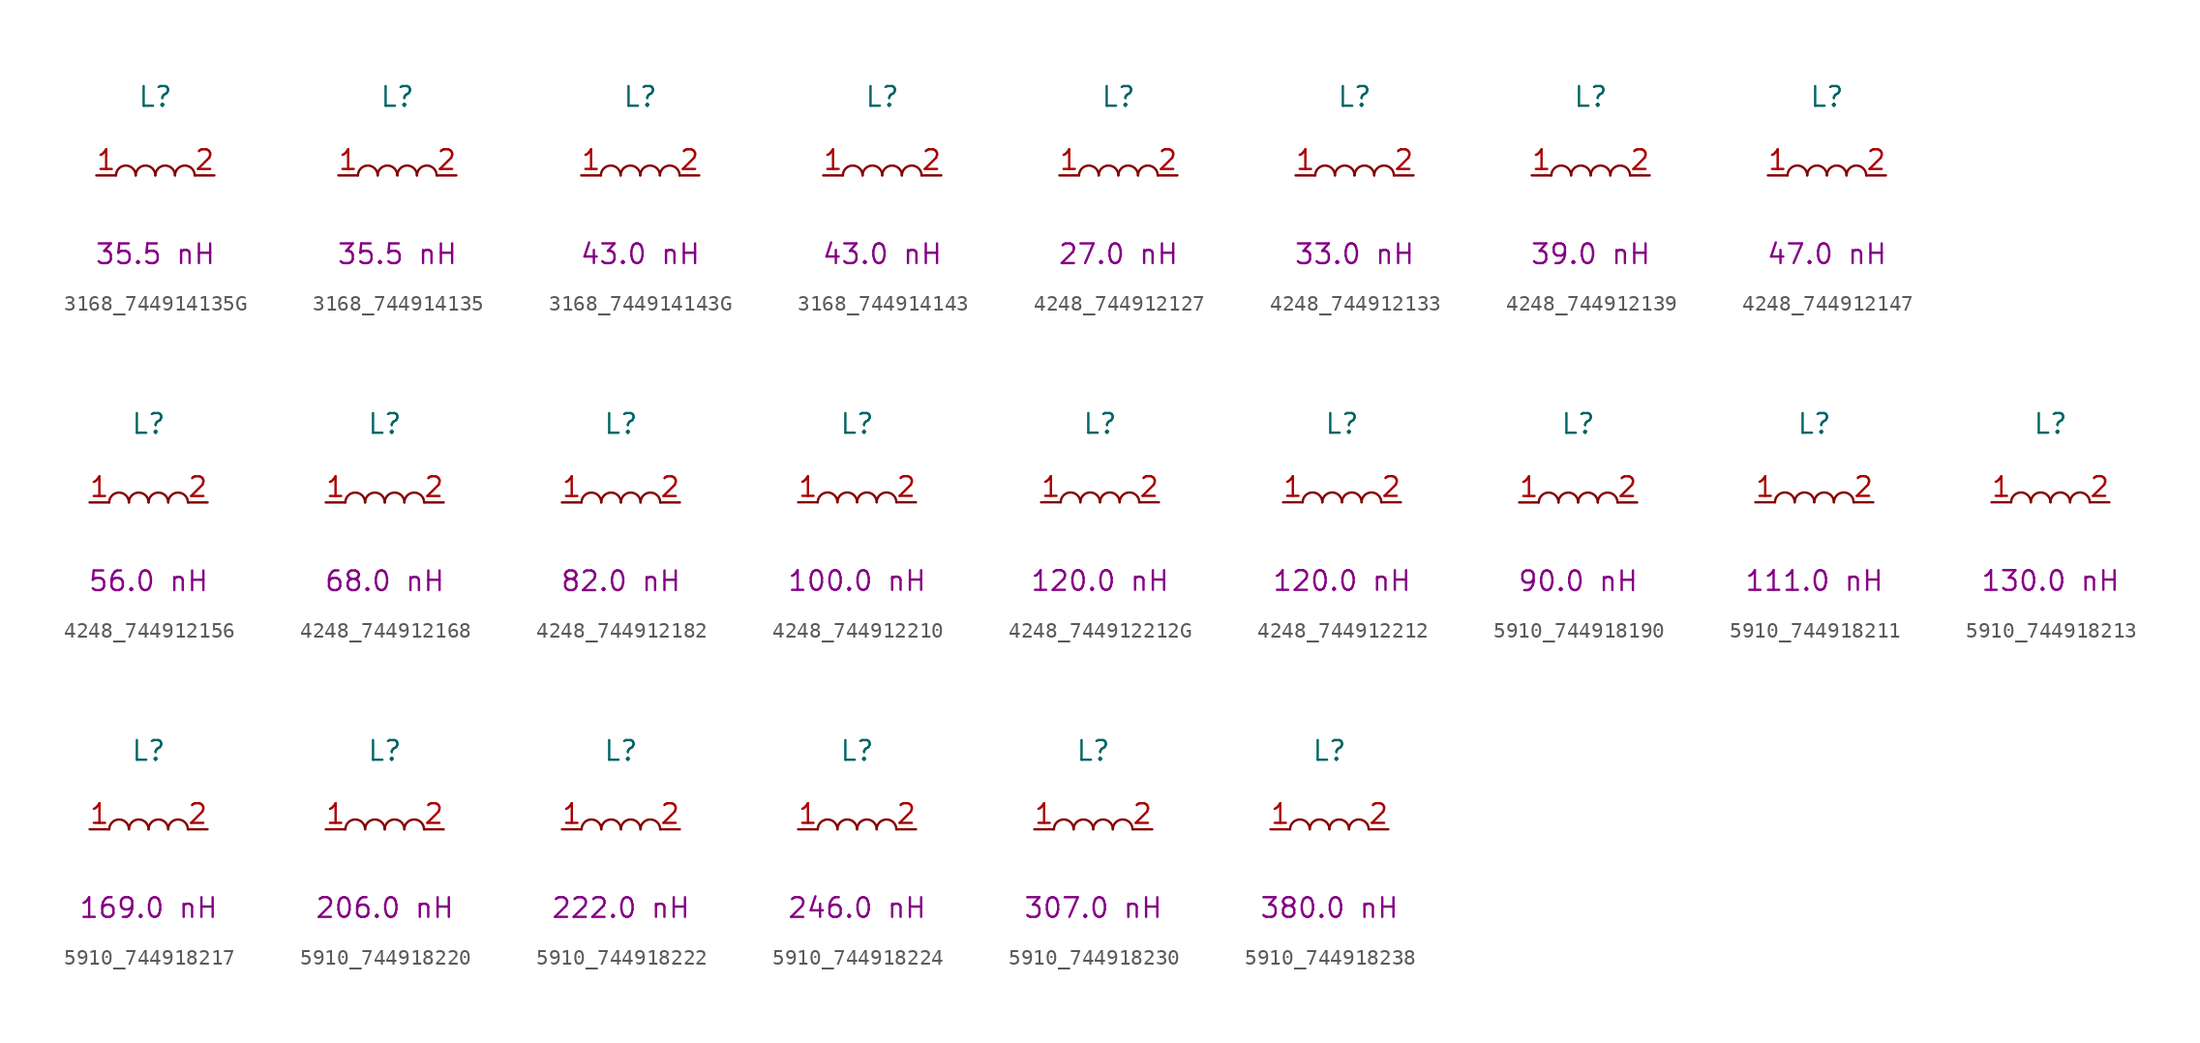
<source format=kicad_sym>
(kicad_symbol_lib
  (version 20220914)
  (generator kicad_symbol_editor)
  (symbol "3168_744914135G"
    (pin_names hide)
    (property "Reference" "L"
      (at 0 5.08 0)
      (effects (font (size 1.27 1.27))))
    (property "Critical Parameter" "35.5 nH"
      (at 0 -5.08 0)
      (effects (font (size 1.27 1.27))))
    (symbol "3168_744914135G_0_1"
      (arc (start -1.27 0) (mid -1.905 0.6323) (end -2.54 0) (stroke (width 0) (type default)) (fill (type none)))
      (arc (start 0 0) (mid -0.635 0.6323) (end -1.27 0) (stroke (width 0) (type default)) (fill (type none)))
      (arc (start 1.27 0) (mid 0.635 0.6323) (end 0 0) (stroke (width 0) (type default)) (fill (type none)))
      (arc (start 2.54 0) (mid 1.905 0.6323) (end 1.27 0) (stroke (width 0) (type default)) (fill (type none))))
    (symbol "3168_744914135G_1_1"
      (pin passive line (at -3.81 0 0) (length 1.27) (name "1" (effects (font (size 1.27 1.27)))) (number "1" (effects (font (size 1.27 1.27)))))
      (pin passive line (at 3.81 0 180) (length 1.27) (name "2" (effects (font (size 1.27 1.27)))) (number "2" (effects (font (size 1.27 1.27)))))))
  (symbol "3168_744914135"
    (pin_names hide)
    (property "Reference" "L"
      (at 0 5.08 0)
      (effects (font (size 1.27 1.27))))
    (property "Critical Parameter" "35.5 nH"
      (at 0 -5.08 0)
      (effects (font (size 1.27 1.27))))
    (symbol "3168_744914135_0_1"
      (arc (start -1.27 0) (mid -1.905 0.6323) (end -2.54 0) (stroke (width 0) (type default)) (fill (type none)))
      (arc (start 0 0) (mid -0.635 0.6323) (end -1.27 0) (stroke (width 0) (type default)) (fill (type none)))
      (arc (start 1.27 0) (mid 0.635 0.6323) (end 0 0) (stroke (width 0) (type default)) (fill (type none)))
      (arc (start 2.54 0) (mid 1.905 0.6323) (end 1.27 0) (stroke (width 0) (type default)) (fill (type none))))
    (symbol "3168_744914135_1_1"
      (pin passive line (at -3.81 0 0) (length 1.27) (name "1" (effects (font (size 1.27 1.27)))) (number "1" (effects (font (size 1.27 1.27)))))
      (pin passive line (at 3.81 0 180) (length 1.27) (name "2" (effects (font (size 1.27 1.27)))) (number "2" (effects (font (size 1.27 1.27)))))))
  (symbol "3168_744914143G"
    (pin_names hide)
    (property "Reference" "L"
      (at 0 5.08 0)
      (effects (font (size 1.27 1.27))))
    (property "Critical Parameter" "43.0 nH"
      (at 0 -5.08 0)
      (effects (font (size 1.27 1.27))))
    (symbol "3168_744914143G_0_1"
      (arc (start -1.27 0) (mid -1.905 0.6323) (end -2.54 0) (stroke (width 0) (type default)) (fill (type none)))
      (arc (start 0 0) (mid -0.635 0.6323) (end -1.27 0) (stroke (width 0) (type default)) (fill (type none)))
      (arc (start 1.27 0) (mid 0.635 0.6323) (end 0 0) (stroke (width 0) (type default)) (fill (type none)))
      (arc (start 2.54 0) (mid 1.905 0.6323) (end 1.27 0) (stroke (width 0) (type default)) (fill (type none))))
    (symbol "3168_744914143G_1_1"
      (pin passive line (at -3.81 0 0) (length 1.27) (name "1" (effects (font (size 1.27 1.27)))) (number "1" (effects (font (size 1.27 1.27)))))
      (pin passive line (at 3.81 0 180) (length 1.27) (name "2" (effects (font (size 1.27 1.27)))) (number "2" (effects (font (size 1.27 1.27)))))))
  (symbol "3168_744914143"
    (pin_names hide)
    (property "Reference" "L"
      (at 0 5.08 0)
      (effects (font (size 1.27 1.27))))
    (property "Critical Parameter" "43.0 nH"
      (at 0 -5.08 0)
      (effects (font (size 1.27 1.27))))
    (symbol "3168_744914143_0_1"
      (arc (start -1.27 0) (mid -1.905 0.6323) (end -2.54 0) (stroke (width 0) (type default)) (fill (type none)))
      (arc (start 0 0) (mid -0.635 0.6323) (end -1.27 0) (stroke (width 0) (type default)) (fill (type none)))
      (arc (start 1.27 0) (mid 0.635 0.6323) (end 0 0) (stroke (width 0) (type default)) (fill (type none)))
      (arc (start 2.54 0) (mid 1.905 0.6323) (end 1.27 0) (stroke (width 0) (type default)) (fill (type none))))
    (symbol "3168_744914143_1_1"
      (pin passive line (at -3.81 0 0) (length 1.27) (name "1" (effects (font (size 1.27 1.27)))) (number "1" (effects (font (size 1.27 1.27)))))
      (pin passive line (at 3.81 0 180) (length 1.27) (name "2" (effects (font (size 1.27 1.27)))) (number "2" (effects (font (size 1.27 1.27)))))))
  (symbol "4248_744912127"
    (pin_names hide)
    (property "Reference" "L"
      (at 0 5.08 0)
      (effects (font (size 1.27 1.27))))
    (property "Critical Parameter" "27.0 nH"
      (at 0 -5.08 0)
      (effects (font (size 1.27 1.27))))
    (symbol "4248_744912127_0_1"
      (arc (start -1.27 0) (mid -1.905 0.6323) (end -2.54 0) (stroke (width 0) (type default)) (fill (type none)))
      (arc (start 0 0) (mid -0.635 0.6323) (end -1.27 0) (stroke (width 0) (type default)) (fill (type none)))
      (arc (start 1.27 0) (mid 0.635 0.6323) (end 0 0) (stroke (width 0) (type default)) (fill (type none)))
      (arc (start 2.54 0) (mid 1.905 0.6323) (end 1.27 0) (stroke (width 0) (type default)) (fill (type none))))
    (symbol "4248_744912127_1_1"
      (pin passive line (at -3.81 0 0) (length 1.27) (name "1" (effects (font (size 1.27 1.27)))) (number "1" (effects (font (size 1.27 1.27)))))
      (pin passive line (at 3.81 0 180) (length 1.27) (name "2" (effects (font (size 1.27 1.27)))) (number "2" (effects (font (size 1.27 1.27)))))))
  (symbol "4248_744912133"
    (pin_names hide)
    (property "Reference" "L"
      (at 0 5.08 0)
      (effects (font (size 1.27 1.27))))
    (property "Critical Parameter" "33.0 nH"
      (at 0 -5.08 0)
      (effects (font (size 1.27 1.27))))
    (symbol "4248_744912133_0_1"
      (arc (start -1.27 0) (mid -1.905 0.6323) (end -2.54 0) (stroke (width 0) (type default)) (fill (type none)))
      (arc (start 0 0) (mid -0.635 0.6323) (end -1.27 0) (stroke (width 0) (type default)) (fill (type none)))
      (arc (start 1.27 0) (mid 0.635 0.6323) (end 0 0) (stroke (width 0) (type default)) (fill (type none)))
      (arc (start 2.54 0) (mid 1.905 0.6323) (end 1.27 0) (stroke (width 0) (type default)) (fill (type none))))
    (symbol "4248_744912133_1_1"
      (pin passive line (at -3.81 0 0) (length 1.27) (name "1" (effects (font (size 1.27 1.27)))) (number "1" (effects (font (size 1.27 1.27)))))
      (pin passive line (at 3.81 0 180) (length 1.27) (name "2" (effects (font (size 1.27 1.27)))) (number "2" (effects (font (size 1.27 1.27)))))))
  (symbol "4248_744912139"
    (pin_names hide)
    (property "Reference" "L"
      (at 0 5.08 0)
      (effects (font (size 1.27 1.27))))
    (property "Critical Parameter" "39.0 nH"
      (at 0 -5.08 0)
      (effects (font (size 1.27 1.27))))
    (symbol "4248_744912139_0_1"
      (arc (start -1.27 0) (mid -1.905 0.6323) (end -2.54 0) (stroke (width 0) (type default)) (fill (type none)))
      (arc (start 0 0) (mid -0.635 0.6323) (end -1.27 0) (stroke (width 0) (type default)) (fill (type none)))
      (arc (start 1.27 0) (mid 0.635 0.6323) (end 0 0) (stroke (width 0) (type default)) (fill (type none)))
      (arc (start 2.54 0) (mid 1.905 0.6323) (end 1.27 0) (stroke (width 0) (type default)) (fill (type none))))
    (symbol "4248_744912139_1_1"
      (pin passive line (at -3.81 0 0) (length 1.27) (name "1" (effects (font (size 1.27 1.27)))) (number "1" (effects (font (size 1.27 1.27)))))
      (pin passive line (at 3.81 0 180) (length 1.27) (name "2" (effects (font (size 1.27 1.27)))) (number "2" (effects (font (size 1.27 1.27)))))))
  (symbol "4248_744912147"
    (pin_names hide)
    (property "Reference" "L"
      (at 0 5.08 0)
      (effects (font (size 1.27 1.27))))
    (property "Critical Parameter" "47.0 nH"
      (at 0 -5.08 0)
      (effects (font (size 1.27 1.27))))
    (symbol "4248_744912147_0_1"
      (arc (start -1.27 0) (mid -1.905 0.6323) (end -2.54 0) (stroke (width 0) (type default)) (fill (type none)))
      (arc (start 0 0) (mid -0.635 0.6323) (end -1.27 0) (stroke (width 0) (type default)) (fill (type none)))
      (arc (start 1.27 0) (mid 0.635 0.6323) (end 0 0) (stroke (width 0) (type default)) (fill (type none)))
      (arc (start 2.54 0) (mid 1.905 0.6323) (end 1.27 0) (stroke (width 0) (type default)) (fill (type none))))
    (symbol "4248_744912147_1_1"
      (pin passive line (at -3.81 0 0) (length 1.27) (name "1" (effects (font (size 1.27 1.27)))) (number "1" (effects (font (size 1.27 1.27)))))
      (pin passive line (at 3.81 0 180) (length 1.27) (name "2" (effects (font (size 1.27 1.27)))) (number "2" (effects (font (size 1.27 1.27)))))))
  (symbol "4248_744912156"
    (pin_names hide)
    (property "Reference" "L"
      (at 0 5.08 0)
      (effects (font (size 1.27 1.27))))
    (property "Critical Parameter" "56.0 nH"
      (at 0 -5.08 0)
      (effects (font (size 1.27 1.27))))
    (symbol "4248_744912156_0_1"
      (arc (start -1.27 0) (mid -1.905 0.6323) (end -2.54 0) (stroke (width 0) (type default)) (fill (type none)))
      (arc (start 0 0) (mid -0.635 0.6323) (end -1.27 0) (stroke (width 0) (type default)) (fill (type none)))
      (arc (start 1.27 0) (mid 0.635 0.6323) (end 0 0) (stroke (width 0) (type default)) (fill (type none)))
      (arc (start 2.54 0) (mid 1.905 0.6323) (end 1.27 0) (stroke (width 0) (type default)) (fill (type none))))
    (symbol "4248_744912156_1_1"
      (pin passive line (at -3.81 0 0) (length 1.27) (name "1" (effects (font (size 1.27 1.27)))) (number "1" (effects (font (size 1.27 1.27)))))
      (pin passive line (at 3.81 0 180) (length 1.27) (name "2" (effects (font (size 1.27 1.27)))) (number "2" (effects (font (size 1.27 1.27)))))))
  (symbol "4248_744912168"
    (pin_names hide)
    (property "Reference" "L"
      (at 0 5.08 0)
      (effects (font (size 1.27 1.27))))
    (property "Critical Parameter" "68.0 nH"
      (at 0 -5.08 0)
      (effects (font (size 1.27 1.27))))
    (symbol "4248_744912168_0_1"
      (arc (start -1.27 0) (mid -1.905 0.6323) (end -2.54 0) (stroke (width 0) (type default)) (fill (type none)))
      (arc (start 0 0) (mid -0.635 0.6323) (end -1.27 0) (stroke (width 0) (type default)) (fill (type none)))
      (arc (start 1.27 0) (mid 0.635 0.6323) (end 0 0) (stroke (width 0) (type default)) (fill (type none)))
      (arc (start 2.54 0) (mid 1.905 0.6323) (end 1.27 0) (stroke (width 0) (type default)) (fill (type none))))
    (symbol "4248_744912168_1_1"
      (pin passive line (at -3.81 0 0) (length 1.27) (name "1" (effects (font (size 1.27 1.27)))) (number "1" (effects (font (size 1.27 1.27)))))
      (pin passive line (at 3.81 0 180) (length 1.27) (name "2" (effects (font (size 1.27 1.27)))) (number "2" (effects (font (size 1.27 1.27)))))))
  (symbol "4248_744912182"
    (pin_names hide)
    (property "Reference" "L"
      (at 0 5.08 0)
      (effects (font (size 1.27 1.27))))
    (property "Critical Parameter" "82.0 nH"
      (at 0 -5.08 0)
      (effects (font (size 1.27 1.27))))
    (symbol "4248_744912182_0_1"
      (arc (start -1.27 0) (mid -1.905 0.6323) (end -2.54 0) (stroke (width 0) (type default)) (fill (type none)))
      (arc (start 0 0) (mid -0.635 0.6323) (end -1.27 0) (stroke (width 0) (type default)) (fill (type none)))
      (arc (start 1.27 0) (mid 0.635 0.6323) (end 0 0) (stroke (width 0) (type default)) (fill (type none)))
      (arc (start 2.54 0) (mid 1.905 0.6323) (end 1.27 0) (stroke (width 0) (type default)) (fill (type none))))
    (symbol "4248_744912182_1_1"
      (pin passive line (at -3.81 0 0) (length 1.27) (name "1" (effects (font (size 1.27 1.27)))) (number "1" (effects (font (size 1.27 1.27)))))
      (pin passive line (at 3.81 0 180) (length 1.27) (name "2" (effects (font (size 1.27 1.27)))) (number "2" (effects (font (size 1.27 1.27)))))))
  (symbol "4248_744912210"
    (pin_names hide)
    (property "Reference" "L"
      (at 0 5.08 0)
      (effects (font (size 1.27 1.27))))
    (property "Critical Parameter" "100.0 nH"
      (at 0 -5.08 0)
      (effects (font (size 1.27 1.27))))
    (symbol "4248_744912210_0_1"
      (arc (start -1.27 0) (mid -1.905 0.6323) (end -2.54 0) (stroke (width 0) (type default)) (fill (type none)))
      (arc (start 0 0) (mid -0.635 0.6323) (end -1.27 0) (stroke (width 0) (type default)) (fill (type none)))
      (arc (start 1.27 0) (mid 0.635 0.6323) (end 0 0) (stroke (width 0) (type default)) (fill (type none)))
      (arc (start 2.54 0) (mid 1.905 0.6323) (end 1.27 0) (stroke (width 0) (type default)) (fill (type none))))
    (symbol "4248_744912210_1_1"
      (pin passive line (at -3.81 0 0) (length 1.27) (name "1" (effects (font (size 1.27 1.27)))) (number "1" (effects (font (size 1.27 1.27)))))
      (pin passive line (at 3.81 0 180) (length 1.27) (name "2" (effects (font (size 1.27 1.27)))) (number "2" (effects (font (size 1.27 1.27)))))))
  (symbol "4248_744912212G"
    (pin_names hide)
    (property "Reference" "L"
      (at 0 5.08 0)
      (effects (font (size 1.27 1.27))))
    (property "Critical Parameter" "120.0 nH"
      (at 0 -5.08 0)
      (effects (font (size 1.27 1.27))))
    (symbol "4248_744912212G_0_1"
      (arc (start -1.27 0) (mid -1.905 0.6323) (end -2.54 0) (stroke (width 0) (type default)) (fill (type none)))
      (arc (start 0 0) (mid -0.635 0.6323) (end -1.27 0) (stroke (width 0) (type default)) (fill (type none)))
      (arc (start 1.27 0) (mid 0.635 0.6323) (end 0 0) (stroke (width 0) (type default)) (fill (type none)))
      (arc (start 2.54 0) (mid 1.905 0.6323) (end 1.27 0) (stroke (width 0) (type default)) (fill (type none))))
    (symbol "4248_744912212G_1_1"
      (pin passive line (at -3.81 0 0) (length 1.27) (name "1" (effects (font (size 1.27 1.27)))) (number "1" (effects (font (size 1.27 1.27)))))
      (pin passive line (at 3.81 0 180) (length 1.27) (name "2" (effects (font (size 1.27 1.27)))) (number "2" (effects (font (size 1.27 1.27)))))))
  (symbol "4248_744912212"
    (pin_names hide)
    (property "Reference" "L"
      (at 0 5.08 0)
      (effects (font (size 1.27 1.27))))
    (property "Critical Parameter" "120.0 nH"
      (at 0 -5.08 0)
      (effects (font (size 1.27 1.27))))
    (symbol "4248_744912212_0_1"
      (arc (start -1.27 0) (mid -1.905 0.6323) (end -2.54 0) (stroke (width 0) (type default)) (fill (type none)))
      (arc (start 0 0) (mid -0.635 0.6323) (end -1.27 0) (stroke (width 0) (type default)) (fill (type none)))
      (arc (start 1.27 0) (mid 0.635 0.6323) (end 0 0) (stroke (width 0) (type default)) (fill (type none)))
      (arc (start 2.54 0) (mid 1.905 0.6323) (end 1.27 0) (stroke (width 0) (type default)) (fill (type none))))
    (symbol "4248_744912212_1_1"
      (pin passive line (at -3.81 0 0) (length 1.27) (name "1" (effects (font (size 1.27 1.27)))) (number "1" (effects (font (size 1.27 1.27)))))
      (pin passive line (at 3.81 0 180) (length 1.27) (name "2" (effects (font (size 1.27 1.27)))) (number "2" (effects (font (size 1.27 1.27)))))))
  (symbol "5910_744918190"
    (pin_names hide)
    (property "Reference" "L"
      (at 0 5.08 0)
      (effects (font (size 1.27 1.27))))
    (property "Critical Parameter" "90.0 nH"
      (at 0 -5.08 0)
      (effects (font (size 1.27 1.27))))
    (symbol "5910_744918190_0_1"
      (arc (start -1.27 0) (mid -1.905 0.6323) (end -2.54 0) (stroke (width 0) (type default)) (fill (type none)))
      (arc (start 0 0) (mid -0.635 0.6323) (end -1.27 0) (stroke (width 0) (type default)) (fill (type none)))
      (arc (start 1.27 0) (mid 0.635 0.6323) (end 0 0) (stroke (width 0) (type default)) (fill (type none)))
      (arc (start 2.54 0) (mid 1.905 0.6323) (end 1.27 0) (stroke (width 0) (type default)) (fill (type none))))
    (symbol "5910_744918190_1_1"
      (pin passive line (at -3.81 0 0) (length 1.27) (name "1" (effects (font (size 1.27 1.27)))) (number "1" (effects (font (size 1.27 1.27)))))
      (pin passive line (at 3.81 0 180) (length 1.27) (name "2" (effects (font (size 1.27 1.27)))) (number "2" (effects (font (size 1.27 1.27)))))))
  (symbol "5910_744918211"
    (pin_names hide)
    (property "Reference" "L"
      (at 0 5.08 0)
      (effects (font (size 1.27 1.27))))
    (property "Critical Parameter" "111.0 nH"
      (at 0 -5.08 0)
      (effects (font (size 1.27 1.27))))
    (symbol "5910_744918211_0_1"
      (arc (start -1.27 0) (mid -1.905 0.6323) (end -2.54 0) (stroke (width 0) (type default)) (fill (type none)))
      (arc (start 0 0) (mid -0.635 0.6323) (end -1.27 0) (stroke (width 0) (type default)) (fill (type none)))
      (arc (start 1.27 0) (mid 0.635 0.6323) (end 0 0) (stroke (width 0) (type default)) (fill (type none)))
      (arc (start 2.54 0) (mid 1.905 0.6323) (end 1.27 0) (stroke (width 0) (type default)) (fill (type none))))
    (symbol "5910_744918211_1_1"
      (pin passive line (at -3.81 0 0) (length 1.27) (name "1" (effects (font (size 1.27 1.27)))) (number "1" (effects (font (size 1.27 1.27)))))
      (pin passive line (at 3.81 0 180) (length 1.27) (name "2" (effects (font (size 1.27 1.27)))) (number "2" (effects (font (size 1.27 1.27)))))))
  (symbol "5910_744918213"
    (pin_names hide)
    (property "Reference" "L"
      (at 0 5.08 0)
      (effects (font (size 1.27 1.27))))
    (property "Critical Parameter" "130.0 nH"
      (at 0 -5.08 0)
      (effects (font (size 1.27 1.27))))
    (symbol "5910_744918213_0_1"
      (arc (start -1.27 0) (mid -1.905 0.6323) (end -2.54 0) (stroke (width 0) (type default)) (fill (type none)))
      (arc (start 0 0) (mid -0.635 0.6323) (end -1.27 0) (stroke (width 0) (type default)) (fill (type none)))
      (arc (start 1.27 0) (mid 0.635 0.6323) (end 0 0) (stroke (width 0) (type default)) (fill (type none)))
      (arc (start 2.54 0) (mid 1.905 0.6323) (end 1.27 0) (stroke (width 0) (type default)) (fill (type none))))
    (symbol "5910_744918213_1_1"
      (pin passive line (at -3.81 0 0) (length 1.27) (name "1" (effects (font (size 1.27 1.27)))) (number "1" (effects (font (size 1.27 1.27)))))
      (pin passive line (at 3.81 0 180) (length 1.27) (name "2" (effects (font (size 1.27 1.27)))) (number "2" (effects (font (size 1.27 1.27)))))))
  (symbol "5910_744918217"
    (pin_names hide)
    (property "Reference" "L"
      (at 0 5.08 0)
      (effects (font (size 1.27 1.27))))
    (property "Critical Parameter" "169.0 nH"
      (at 0 -5.08 0)
      (effects (font (size 1.27 1.27))))
    (symbol "5910_744918217_0_1"
      (arc (start -1.27 0) (mid -1.905 0.6323) (end -2.54 0) (stroke (width 0) (type default)) (fill (type none)))
      (arc (start 0 0) (mid -0.635 0.6323) (end -1.27 0) (stroke (width 0) (type default)) (fill (type none)))
      (arc (start 1.27 0) (mid 0.635 0.6323) (end 0 0) (stroke (width 0) (type default)) (fill (type none)))
      (arc (start 2.54 0) (mid 1.905 0.6323) (end 1.27 0) (stroke (width 0) (type default)) (fill (type none))))
    (symbol "5910_744918217_1_1"
      (pin passive line (at -3.81 0 0) (length 1.27) (name "1" (effects (font (size 1.27 1.27)))) (number "1" (effects (font (size 1.27 1.27)))))
      (pin passive line (at 3.81 0 180) (length 1.27) (name "2" (effects (font (size 1.27 1.27)))) (number "2" (effects (font (size 1.27 1.27)))))))
  (symbol "5910_744918220"
    (pin_names hide)
    (property "Reference" "L"
      (at 0 5.08 0)
      (effects (font (size 1.27 1.27))))
    (property "Critical Parameter" "206.0 nH"
      (at 0 -5.08 0)
      (effects (font (size 1.27 1.27))))
    (symbol "5910_744918220_0_1"
      (arc (start -1.27 0) (mid -1.905 0.6323) (end -2.54 0) (stroke (width 0) (type default)) (fill (type none)))
      (arc (start 0 0) (mid -0.635 0.6323) (end -1.27 0) (stroke (width 0) (type default)) (fill (type none)))
      (arc (start 1.27 0) (mid 0.635 0.6323) (end 0 0) (stroke (width 0) (type default)) (fill (type none)))
      (arc (start 2.54 0) (mid 1.905 0.6323) (end 1.27 0) (stroke (width 0) (type default)) (fill (type none))))
    (symbol "5910_744918220_1_1"
      (pin passive line (at -3.81 0 0) (length 1.27) (name "1" (effects (font (size 1.27 1.27)))) (number "1" (effects (font (size 1.27 1.27)))))
      (pin passive line (at 3.81 0 180) (length 1.27) (name "2" (effects (font (size 1.27 1.27)))) (number "2" (effects (font (size 1.27 1.27)))))))
  (symbol "5910_744918222"
    (pin_names hide)
    (property "Reference" "L"
      (at 0 5.08 0)
      (effects (font (size 1.27 1.27))))
    (property "Critical Parameter" "222.0 nH"
      (at 0 -5.08 0)
      (effects (font (size 1.27 1.27))))
    (symbol "5910_744918222_0_1"
      (arc (start -1.27 0) (mid -1.905 0.6323) (end -2.54 0) (stroke (width 0) (type default)) (fill (type none)))
      (arc (start 0 0) (mid -0.635 0.6323) (end -1.27 0) (stroke (width 0) (type default)) (fill (type none)))
      (arc (start 1.27 0) (mid 0.635 0.6323) (end 0 0) (stroke (width 0) (type default)) (fill (type none)))
      (arc (start 2.54 0) (mid 1.905 0.6323) (end 1.27 0) (stroke (width 0) (type default)) (fill (type none))))
    (symbol "5910_744918222_1_1"
      (pin passive line (at -3.81 0 0) (length 1.27) (name "1" (effects (font (size 1.27 1.27)))) (number "1" (effects (font (size 1.27 1.27)))))
      (pin passive line (at 3.81 0 180) (length 1.27) (name "2" (effects (font (size 1.27 1.27)))) (number "2" (effects (font (size 1.27 1.27)))))))
  (symbol "5910_744918224"
    (pin_names hide)
    (property "Reference" "L"
      (at 0 5.08 0)
      (effects (font (size 1.27 1.27))))
    (property "Critical Parameter" "246.0 nH"
      (at 0 -5.08 0)
      (effects (font (size 1.27 1.27))))
    (symbol "5910_744918224_0_1"
      (arc (start -1.27 0) (mid -1.905 0.6323) (end -2.54 0) (stroke (width 0) (type default)) (fill (type none)))
      (arc (start 0 0) (mid -0.635 0.6323) (end -1.27 0) (stroke (width 0) (type default)) (fill (type none)))
      (arc (start 1.27 0) (mid 0.635 0.6323) (end 0 0) (stroke (width 0) (type default)) (fill (type none)))
      (arc (start 2.54 0) (mid 1.905 0.6323) (end 1.27 0) (stroke (width 0) (type default)) (fill (type none))))
    (symbol "5910_744918224_1_1"
      (pin passive line (at -3.81 0 0) (length 1.27) (name "1" (effects (font (size 1.27 1.27)))) (number "1" (effects (font (size 1.27 1.27)))))
      (pin passive line (at 3.81 0 180) (length 1.27) (name "2" (effects (font (size 1.27 1.27)))) (number "2" (effects (font (size 1.27 1.27)))))))
  (symbol "5910_744918230"
    (pin_names hide)
    (property "Reference" "L"
      (at 0 5.08 0)
      (effects (font (size 1.27 1.27))))
    (property "Critical Parameter" "307.0 nH"
      (at 0 -5.08 0)
      (effects (font (size 1.27 1.27))))
    (symbol "5910_744918230_0_1"
      (arc (start -1.27 0) (mid -1.905 0.6323) (end -2.54 0) (stroke (width 0) (type default)) (fill (type none)))
      (arc (start 0 0) (mid -0.635 0.6323) (end -1.27 0) (stroke (width 0) (type default)) (fill (type none)))
      (arc (start 1.27 0) (mid 0.635 0.6323) (end 0 0) (stroke (width 0) (type default)) (fill (type none)))
      (arc (start 2.54 0) (mid 1.905 0.6323) (end 1.27 0) (stroke (width 0) (type default)) (fill (type none))))
    (symbol "5910_744918230_1_1"
      (pin passive line (at -3.81 0 0) (length 1.27) (name "1" (effects (font (size 1.27 1.27)))) (number "1" (effects (font (size 1.27 1.27)))))
      (pin passive line (at 3.81 0 180) (length 1.27) (name "2" (effects (font (size 1.27 1.27)))) (number "2" (effects (font (size 1.27 1.27)))))))
  (symbol "5910_744918238"
    (pin_names hide)
    (property "Reference" "L"
      (at 0 5.08 0)
      (effects (font (size 1.27 1.27))))
    (property "Critical Parameter" "380.0 nH"
      (at 0 -5.08 0)
      (effects (font (size 1.27 1.27))))
    (symbol "5910_744918238_0_1"
      (arc (start -1.27 0) (mid -1.905 0.6323) (end -2.54 0) (stroke (width 0) (type default)) (fill (type none)))
      (arc (start 0 0) (mid -0.635 0.6323) (end -1.27 0) (stroke (width 0) (type default)) (fill (type none)))
      (arc (start 1.27 0) (mid 0.635 0.6323) (end 0 0) (stroke (width 0) (type default)) (fill (type none)))
      (arc (start 2.54 0) (mid 1.905 0.6323) (end 1.27 0) (stroke (width 0) (type default)) (fill (type none))))
    (symbol "5910_744918238_1_1"
      (pin passive line (at -3.81 0 0) (length 1.27) (name "1" (effects (font (size 1.27 1.27)))) (number "1" (effects (font (size 1.27 1.27)))))
      (pin passive line (at 3.81 0 180) (length 1.27) (name "2" (effects (font (size 1.27 1.27)))) (number "2" (effects (font (size 1.27 1.27))))))))
</source>
